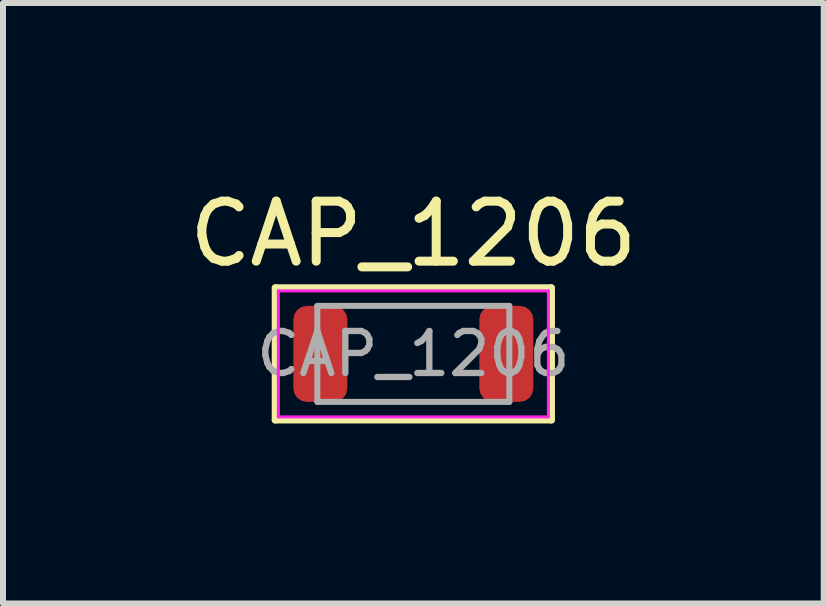
<source format=kicad_pcb>
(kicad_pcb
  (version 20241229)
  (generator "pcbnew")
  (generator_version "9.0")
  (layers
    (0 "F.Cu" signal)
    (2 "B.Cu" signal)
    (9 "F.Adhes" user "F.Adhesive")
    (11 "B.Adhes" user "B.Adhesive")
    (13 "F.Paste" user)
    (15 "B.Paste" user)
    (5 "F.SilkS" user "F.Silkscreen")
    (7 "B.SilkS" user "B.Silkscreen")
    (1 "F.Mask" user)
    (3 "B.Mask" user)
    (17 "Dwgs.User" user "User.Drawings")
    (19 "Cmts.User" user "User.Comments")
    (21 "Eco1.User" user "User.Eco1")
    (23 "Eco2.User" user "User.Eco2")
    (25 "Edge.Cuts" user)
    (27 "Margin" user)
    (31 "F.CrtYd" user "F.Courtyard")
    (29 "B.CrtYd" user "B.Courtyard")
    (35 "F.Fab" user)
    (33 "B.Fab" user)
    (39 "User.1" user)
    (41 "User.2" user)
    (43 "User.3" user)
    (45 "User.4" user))
  (footprint "CAP_1206"
    (layer "F.Cu")
    (at 3.839 2.848)
    (property "Reference" "CAP_1206" (at 0 -2 0) (layer "F.SilkS") (effects (font (size 1 1) (thickness 0.15))))
    (attr smd)
    (fp_line (start -2.3 -1.1) (end 2.3 -1.1) (stroke (width 0.12) (type solid)) (layer "F.SilkS"))
    (fp_line (start -2.3 1.1) (end -2.3 -1.1) (stroke (width 0.12) (type solid)) (layer "F.SilkS"))
    (fp_line (start 2.3 -1.1) (end 2.3 1.1) (stroke (width 0.12) (type solid)) (layer "F.SilkS"))
    (fp_line (start 2.3 1.1) (end -2.3 1.1) (stroke (width 0.12) (type solid)) (layer "F.SilkS"))
    (fp_line (start -2.25 -1.05) (end -2.25 1.05) (stroke (width 0.05) (type solid)) (layer "F.CrtYd"))
    (fp_line (start -2.25 -1.05) (end 2.25 -1.05) (stroke (width 0.05) (type solid)) (layer "F.CrtYd"))
    (fp_line (start -2.25 1.05) (end 2.25 1.05) (stroke (width 0.05) (type solid)) (layer "F.CrtYd"))
    (fp_line (start 2.25 -1.05) (end 2.25 1.05) (stroke (width 0.05) (type solid)) (layer "F.CrtYd"))
    (fp_line (start -1.6 -0.8) (end -1.6 0.8) (stroke (width 0.1) (type solid)) (layer "F.Fab"))
    (fp_line (start -1.6 -0.8) (end 1.6 -0.8) (stroke (width 0.1) (type solid)) (layer "F.Fab"))
    (fp_line (start -1.6 0.8) (end 1.6 0.8) (stroke (width 0.1) (type solid)) (layer "F.Fab"))
    (fp_line (start 1.6 -0.8) (end 1.6 0.8) (stroke (width 0.1) (type solid)) (layer "F.Fab"))
    (fp_text user "${REFERENCE}" (at 0 0 0) (layer "F.Fab") (effects (font (size 0.7 0.7) (thickness 0.105))))
    (pad "1" smd roundrect (at -1.55 0) (size 0.9 1.6) (layers "F.Cu" "F.Mask" "F.Paste") (roundrect_rratio 0.25))
    (pad "2" smd roundrect (at 1.55 0) (size 0.9 1.6) (layers "F.Cu" "F.Mask" "F.Paste") (roundrect_rratio 0.25)))
  (gr_rect
    (start -3 -3)
    (end 10.679 7.008)
    (stroke (width 0.1) (type default))
    (fill no)
    (layer "Edge.Cuts")))
</source>
